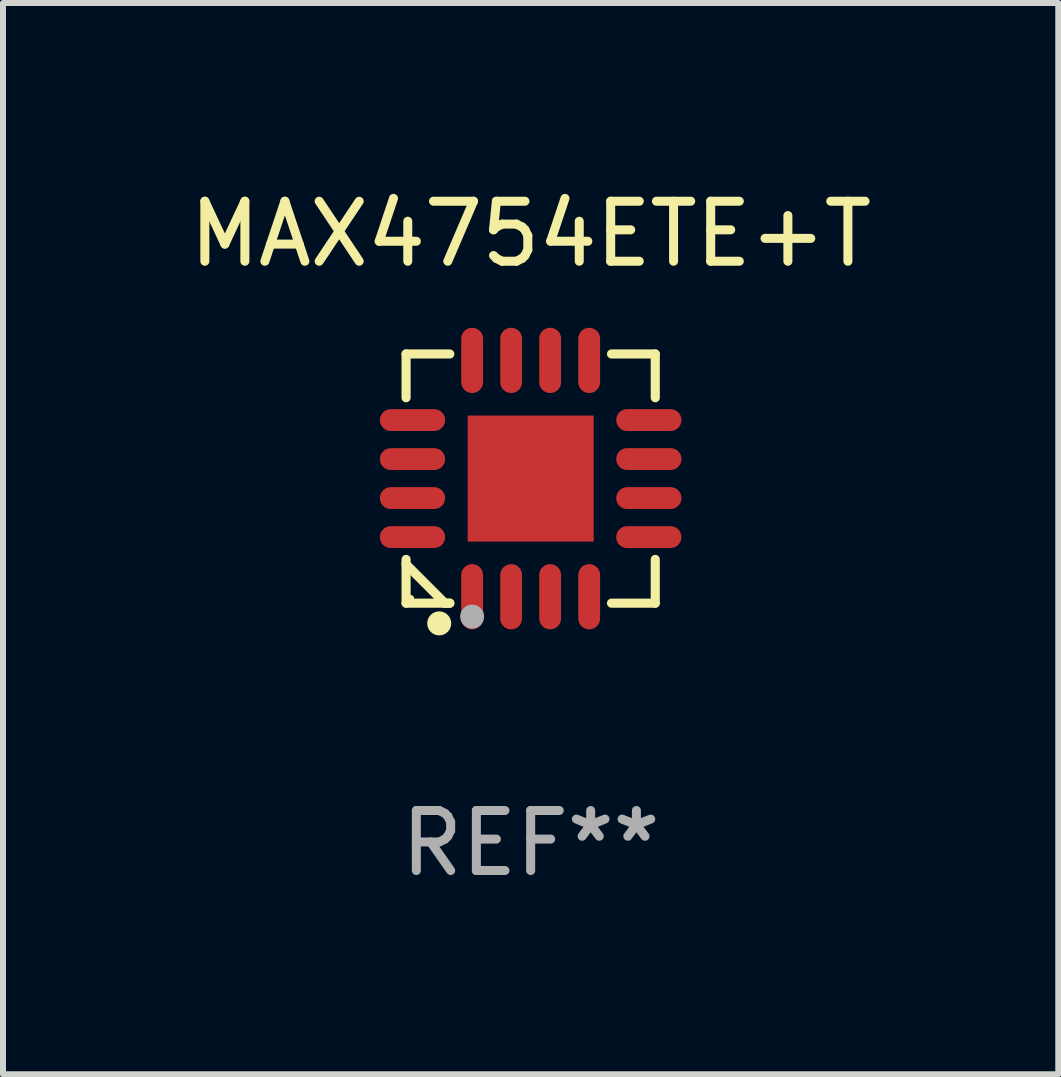
<source format=kicad_pcb>
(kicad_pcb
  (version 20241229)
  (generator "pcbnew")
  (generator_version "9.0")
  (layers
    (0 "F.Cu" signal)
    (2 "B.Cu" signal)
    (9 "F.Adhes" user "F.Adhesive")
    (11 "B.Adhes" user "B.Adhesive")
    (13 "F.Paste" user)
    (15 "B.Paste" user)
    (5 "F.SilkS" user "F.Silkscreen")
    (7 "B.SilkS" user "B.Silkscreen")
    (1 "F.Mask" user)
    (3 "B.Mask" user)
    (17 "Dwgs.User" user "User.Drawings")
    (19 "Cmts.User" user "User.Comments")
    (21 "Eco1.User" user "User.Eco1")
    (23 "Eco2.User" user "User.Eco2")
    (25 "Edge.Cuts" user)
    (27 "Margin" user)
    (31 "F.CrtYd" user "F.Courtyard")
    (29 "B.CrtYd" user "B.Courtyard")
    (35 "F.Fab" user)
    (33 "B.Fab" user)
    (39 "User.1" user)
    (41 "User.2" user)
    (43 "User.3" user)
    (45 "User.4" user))
  (footprint "MAX4754ETE+T"
    (layer "F.Cu")
    (at 5.792 4.924)
    (property "Reference" "MAX4754ETE+T" (at 0 -4.076 0) (layer "F.SilkS") (effects (font (size 1 1) (thickness 0.15))))
    (attr through_hole)
    (fp_line (start -2.076 -2.076) (end -1.347 -2.076) (stroke (width 0.152) (type solid)) (layer "F.SilkS"))
    (fp_line (start -2.076 -1.347) (end -2.076 -2.076) (stroke (width 0.152) (type solid)) (layer "F.SilkS"))
    (fp_line (start -2.076 1.347) (end -2.076 2.076) (stroke (width 0.152) (type solid)) (layer "F.SilkS"))
    (fp_line (start -2.076 2.076) (end -1.347 2.076) (stroke (width 0.152) (type solid)) (layer "F.SilkS"))
    (fp_line (start -1.429 2.076) (end -2.076 1.429) (stroke (width 0.152) (type solid)) (layer "F.SilkS"))
    (fp_line (start -1.347 2.076) (end -1.429 2.076) (stroke (width 0.152) (type solid)) (layer "F.SilkS"))
    (fp_line (start 2.076 -2.076) (end 1.347 -2.076) (stroke (width 0.152) (type solid)) (layer "F.SilkS"))
    (fp_line (start 2.076 -1.347) (end 2.076 -2.076) (stroke (width 0.152) (type solid)) (layer "F.SilkS"))
    (fp_line (start 2.076 1.347) (end 2.076 2.076) (stroke (width 0.152) (type solid)) (layer "F.SilkS"))
    (fp_line (start 2.076 2.076) (end 1.347 2.076) (stroke (width 0.152) (type solid)) (layer "F.SilkS"))
    (fp_circle (center -2 2) (end -1.97 2) (stroke (width 0.06) (type solid)) (fill no) (layer "F.SilkS"))
    (fp_circle (center -1.524 2.413) (end -1.424 2.413) (stroke (width 0.2) (type solid)) (fill no) (layer "F.SilkS"))
    (fp_circle (center -0.975 2.3) (end -0.875 2.3) (stroke (width 0.2) (type solid)) (fill no) (layer "F.Fab"))
    (fp_text user "REF**" (at 0 6.076 0) (layer "F.Fab") (effects (font (size 1 1) (thickness 0.15))))
    (pad "1" smd oval (at -0.975 1.969) (size 0.364 1.087) (layers "F.Cu" "F.Mask" "F.Paste"))
    (pad "2" smd oval (at -0.325 1.969) (size 0.364 1.087) (layers "F.Cu" "F.Mask" "F.Paste"))
    (pad "3" smd oval (at 0.325 1.969) (size 0.364 1.087) (layers "F.Cu" "F.Mask" "F.Paste"))
    (pad "4" smd oval (at 0.975 1.969) (size 0.364 1.087) (layers "F.Cu" "F.Mask" "F.Paste"))
    (pad "5" smd oval (at 1.969 0.975) (size 1.087 0.364) (layers "F.Cu" "F.Mask" "F.Paste"))
    (pad "6" smd oval (at 1.969 0.325) (size 1.087 0.364) (layers "F.Cu" "F.Mask" "F.Paste"))
    (pad "7" smd oval (at 1.969 -0.325) (size 1.087 0.364) (layers "F.Cu" "F.Mask" "F.Paste"))
    (pad "8" smd oval (at 1.969 -0.975) (size 1.087 0.364) (layers "F.Cu" "F.Mask" "F.Paste"))
    (pad "9" smd oval (at 0.975 -1.969) (size 0.364 1.087) (layers "F.Cu" "F.Mask" "F.Paste"))
    (pad "10" smd oval (at 0.325 -1.969) (size 0.364 1.087) (layers "F.Cu" "F.Mask" "F.Paste"))
    (pad "11" smd oval (at -0.325 -1.969) (size 0.364 1.087) (layers "F.Cu" "F.Mask" "F.Paste"))
    (pad "12" smd oval (at -0.975 -1.969) (size 0.364 1.087) (layers "F.Cu" "F.Mask" "F.Paste"))
    (pad "13" smd oval (at -1.969 -0.975) (size 1.087 0.364) (layers "F.Cu" "F.Mask" "F.Paste"))
    (pad "14" smd oval (at -1.969 -0.325) (size 1.087 0.364) (layers "F.Cu" "F.Mask" "F.Paste"))
    (pad "15" smd oval (at -1.969 0.325) (size 1.087 0.364) (layers "F.Cu" "F.Mask" "F.Paste"))
    (pad "16" smd oval (at -1.969 0.975) (size 1.087 0.364) (layers "F.Cu" "F.Mask" "F.Paste"))
    (pad "17" smd rect (at 0 0) (size 2.1 2.1) (layers "F.Cu" "F.Mask" "F.Paste")))
  (gr_rect
    (start -3 -3)
    (end 14.583 14.849)
    (stroke (width 0.1) (type default))
    (fill no)
    (layer "Edge.Cuts")))
</source>
